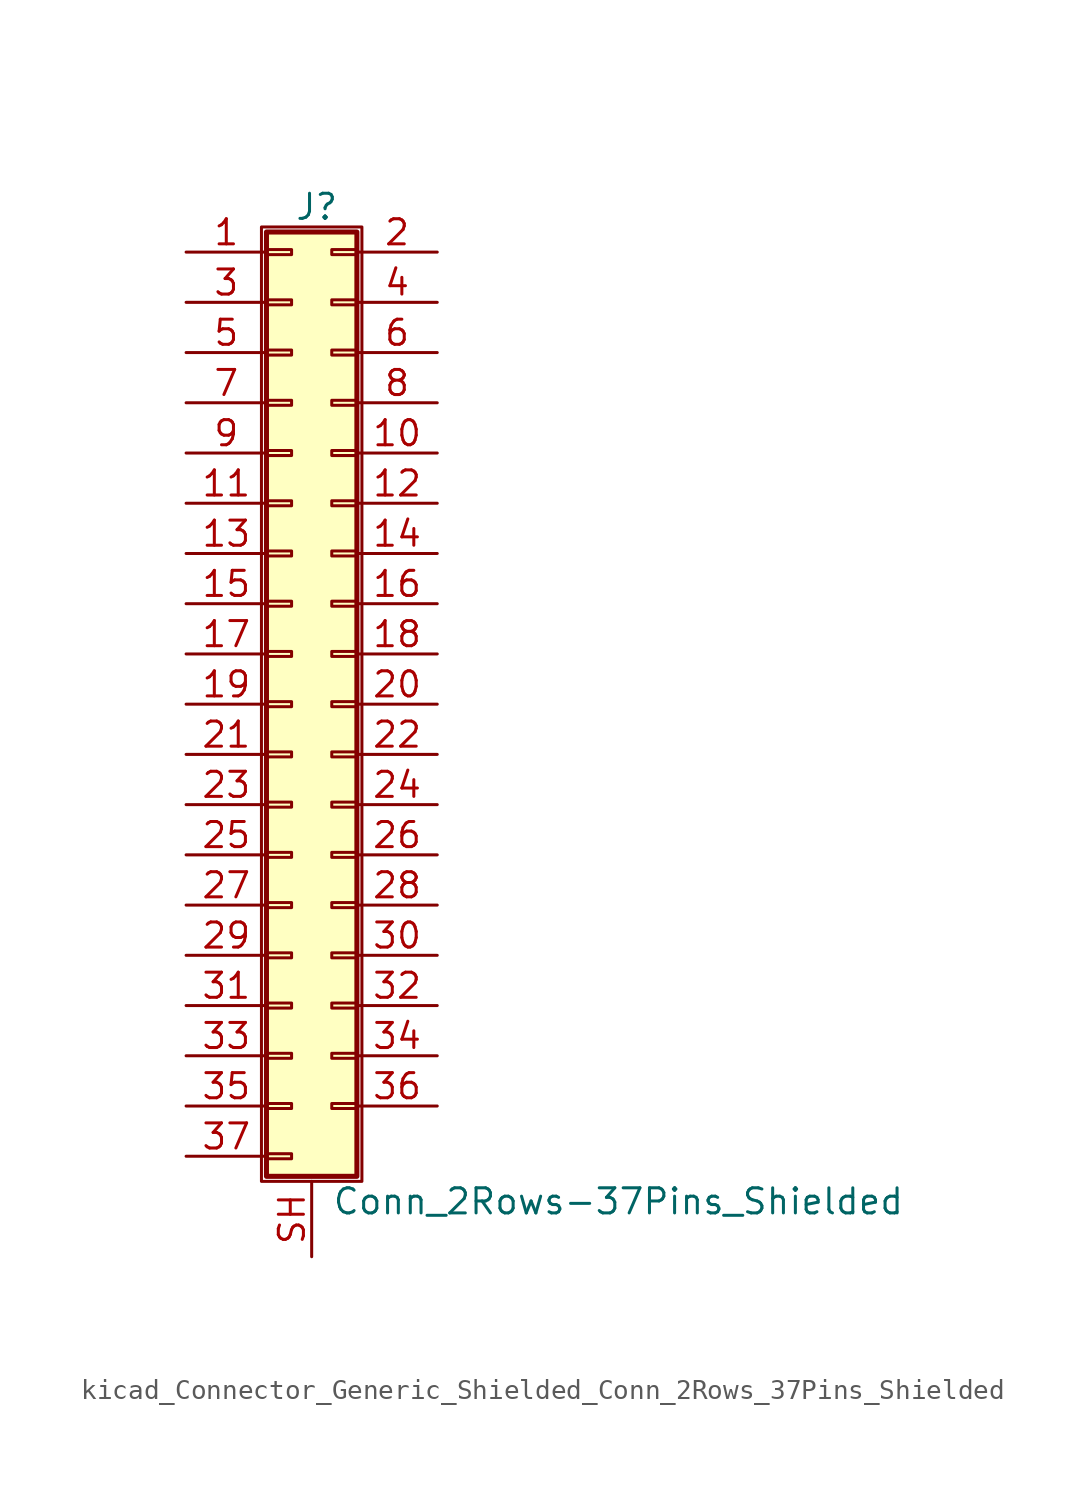
<source format=kicad_sym>
(kicad_symbol_lib
  (version 20220914)
  (generator kicad_symbol_editor)
  (symbol "kicad_Connector_Generic_Shielded_Conn_2Rows_37Pins_Shielded"
    (pin_names
      (offset 1.016) hide)
    (property "Reference" "J"
      (at 1.524 25.146 0)
      (effects (font (size 1.27 1.27))))
    (property "Value" "Conn_2Rows-37Pins_Shielded"
      (at 2.286 -25.146 0)
      (effects (font (size 1.27 1.27)) (justify left)))
    (symbol "kicad_Connector_Generic_Shielded_Conn_2Rows_37Pins_Shielded_1_1"
      (rectangle (start -1.27 24.13) (end 3.81 -24.13) (stroke (width 0.152) (type default)) (fill (type none)))
      (rectangle (start -1.016 -22.733) (end 0.254 -22.987) (stroke (width 0.152) (type default)) (fill (type none)))
      (rectangle (start -1.016 -20.193) (end 0.254 -20.447) (stroke (width 0.152) (type default)) (fill (type none)))
      (rectangle (start -1.016 -17.653) (end 0.254 -17.907) (stroke (width 0.152) (type default)) (fill (type none)))
      (rectangle (start -1.016 -15.113) (end 0.254 -15.367) (stroke (width 0.152) (type default)) (fill (type none)))
      (rectangle (start -1.016 -12.573) (end 0.254 -12.827) (stroke (width 0.152) (type default)) (fill (type none)))
      (rectangle (start -1.016 -10.033) (end 0.254 -10.287) (stroke (width 0.152) (type default)) (fill (type none)))
      (rectangle (start -1.016 -7.493) (end 0.254 -7.747) (stroke (width 0.152) (type default)) (fill (type none)))
      (rectangle (start -1.016 -4.953) (end 0.254 -5.207) (stroke (width 0.152) (type default)) (fill (type none)))
      (rectangle (start -1.016 -2.413) (end 0.254 -2.667) (stroke (width 0.152) (type default)) (fill (type none)))
      (rectangle (start -1.016 0.127) (end 0.254 -0.127) (stroke (width 0.152) (type default)) (fill (type none)))
      (rectangle (start -1.016 2.667) (end 0.254 2.413) (stroke (width 0.152) (type default)) (fill (type none)))
      (rectangle (start -1.016 5.207) (end 0.254 4.953) (stroke (width 0.152) (type default)) (fill (type none)))
      (rectangle (start -1.016 7.747) (end 0.254 7.493) (stroke (width 0.152) (type default)) (fill (type none)))
      (rectangle (start -1.016 10.287) (end 0.254 10.033) (stroke (width 0.152) (type default)) (fill (type none)))
      (rectangle (start -1.016 12.827) (end 0.254 12.573) (stroke (width 0.152) (type default)) (fill (type none)))
      (rectangle (start -1.016 15.367) (end 0.254 15.113) (stroke (width 0.152) (type default)) (fill (type none)))
      (rectangle (start -1.016 17.907) (end 0.254 17.653) (stroke (width 0.152) (type default)) (fill (type none)))
      (rectangle (start -1.016 20.447) (end 0.254 20.193) (stroke (width 0.152) (type default)) (fill (type none)))
      (rectangle (start -1.016 22.987) (end 0.254 22.733) (stroke (width 0.152) (type default)) (fill (type none)))
      (rectangle (start -1.016 23.876) (end 3.556 -23.876) (stroke (width 0.254) (type default)) (fill (type background)))
      (rectangle (start 3.556 -20.193) (end 2.286 -20.447) (stroke (width 0.152) (type default)) (fill (type none)))
      (rectangle (start 3.556 -17.653) (end 2.286 -17.907) (stroke (width 0.152) (type default)) (fill (type none)))
      (rectangle (start 3.556 -15.113) (end 2.286 -15.367) (stroke (width 0.152) (type default)) (fill (type none)))
      (rectangle (start 3.556 -12.573) (end 2.286 -12.827) (stroke (width 0.152) (type default)) (fill (type none)))
      (rectangle (start 3.556 -10.033) (end 2.286 -10.287) (stroke (width 0.152) (type default)) (fill (type none)))
      (rectangle (start 3.556 -7.493) (end 2.286 -7.747) (stroke (width 0.152) (type default)) (fill (type none)))
      (rectangle (start 3.556 -4.953) (end 2.286 -5.207) (stroke (width 0.152) (type default)) (fill (type none)))
      (rectangle (start 3.556 -2.413) (end 2.286 -2.667) (stroke (width 0.152) (type default)) (fill (type none)))
      (rectangle (start 3.556 0.127) (end 2.286 -0.127) (stroke (width 0.152) (type default)) (fill (type none)))
      (rectangle (start 3.556 2.667) (end 2.286 2.413) (stroke (width 0.152) (type default)) (fill (type none)))
      (rectangle (start 3.556 5.207) (end 2.286 4.953) (stroke (width 0.152) (type default)) (fill (type none)))
      (rectangle (start 3.556 7.747) (end 2.286 7.493) (stroke (width 0.152) (type default)) (fill (type none)))
      (rectangle (start 3.556 10.287) (end 2.286 10.033) (stroke (width 0.152) (type default)) (fill (type none)))
      (rectangle (start 3.556 12.827) (end 2.286 12.573) (stroke (width 0.152) (type default)) (fill (type none)))
      (rectangle (start 3.556 15.367) (end 2.286 15.113) (stroke (width 0.152) (type default)) (fill (type none)))
      (rectangle (start 3.556 17.907) (end 2.286 17.653) (stroke (width 0.152) (type default)) (fill (type none)))
      (rectangle (start 3.556 20.447) (end 2.286 20.193) (stroke (width 0.152) (type default)) (fill (type none)))
      (rectangle (start 3.556 22.987) (end 2.286 22.733) (stroke (width 0.152) (type default)) (fill (type none)))
      (pin passive line (at -5.08 22.86 0) (length 4.064) (name "Pin_1" (effects (font (size 1.27 1.27)))) (number "1" (effects (font (size 1.27 1.27)))))
      (pin passive line (at 7.62 12.7 180) (length 4.064) (name "Pin_10" (effects (font (size 1.27 1.27)))) (number "10" (effects (font (size 1.27 1.27)))))
      (pin passive line (at -5.08 10.16 0) (length 4.064) (name "Pin_11" (effects (font (size 1.27 1.27)))) (number "11" (effects (font (size 1.27 1.27)))))
      (pin passive line (at 7.62 10.16 180) (length 4.064) (name "Pin_12" (effects (font (size 1.27 1.27)))) (number "12" (effects (font (size 1.27 1.27)))))
      (pin passive line (at -5.08 7.62 0) (length 4.064) (name "Pin_13" (effects (font (size 1.27 1.27)))) (number "13" (effects (font (size 1.27 1.27)))))
      (pin passive line (at 7.62 7.62 180) (length 4.064) (name "Pin_14" (effects (font (size 1.27 1.27)))) (number "14" (effects (font (size 1.27 1.27)))))
      (pin passive line (at -5.08 5.08 0) (length 4.064) (name "Pin_15" (effects (font (size 1.27 1.27)))) (number "15" (effects (font (size 1.27 1.27)))))
      (pin passive line (at 7.62 5.08 180) (length 4.064) (name "Pin_16" (effects (font (size 1.27 1.27)))) (number "16" (effects (font (size 1.27 1.27)))))
      (pin passive line (at -5.08 2.54 0) (length 4.064) (name "Pin_17" (effects (font (size 1.27 1.27)))) (number "17" (effects (font (size 1.27 1.27)))))
      (pin passive line (at 7.62 2.54 180) (length 4.064) (name "Pin_18" (effects (font (size 1.27 1.27)))) (number "18" (effects (font (size 1.27 1.27)))))
      (pin passive line (at -5.08 0 0) (length 4.064) (name "Pin_19" (effects (font (size 1.27 1.27)))) (number "19" (effects (font (size 1.27 1.27)))))
      (pin passive line (at 7.62 22.86 180) (length 4.064) (name "Pin_2" (effects (font (size 1.27 1.27)))) (number "2" (effects (font (size 1.27 1.27)))))
      (pin passive line (at 7.62 0 180) (length 4.064) (name "Pin_20" (effects (font (size 1.27 1.27)))) (number "20" (effects (font (size 1.27 1.27)))))
      (pin passive line (at -5.08 -2.54 0) (length 4.064) (name "Pin_21" (effects (font (size 1.27 1.27)))) (number "21" (effects (font (size 1.27 1.27)))))
      (pin passive line (at 7.62 -2.54 180) (length 4.064) (name "Pin_22" (effects (font (size 1.27 1.27)))) (number "22" (effects (font (size 1.27 1.27)))))
      (pin passive line (at -5.08 -5.08 0) (length 4.064) (name "Pin_23" (effects (font (size 1.27 1.27)))) (number "23" (effects (font (size 1.27 1.27)))))
      (pin passive line (at 7.62 -5.08 180) (length 4.064) (name "Pin_24" (effects (font (size 1.27 1.27)))) (number "24" (effects (font (size 1.27 1.27)))))
      (pin passive line (at -5.08 -7.62 0) (length 4.064) (name "Pin_25" (effects (font (size 1.27 1.27)))) (number "25" (effects (font (size 1.27 1.27)))))
      (pin passive line (at 7.62 -7.62 180) (length 4.064) (name "Pin_26" (effects (font (size 1.27 1.27)))) (number "26" (effects (font (size 1.27 1.27)))))
      (pin passive line (at -5.08 -10.16 0) (length 4.064) (name "Pin_27" (effects (font (size 1.27 1.27)))) (number "27" (effects (font (size 1.27 1.27)))))
      (pin passive line (at 7.62 -10.16 180) (length 4.064) (name "Pin_28" (effects (font (size 1.27 1.27)))) (number "28" (effects (font (size 1.27 1.27)))))
      (pin passive line (at -5.08 -12.7 0) (length 4.064) (name "Pin_29" (effects (font (size 1.27 1.27)))) (number "29" (effects (font (size 1.27 1.27)))))
      (pin passive line (at -5.08 20.32 0) (length 4.064) (name "Pin_3" (effects (font (size 1.27 1.27)))) (number "3" (effects (font (size 1.27 1.27)))))
      (pin passive line (at 7.62 -12.7 180) (length 4.064) (name "Pin_30" (effects (font (size 1.27 1.27)))) (number "30" (effects (font (size 1.27 1.27)))))
      (pin passive line (at -5.08 -15.24 0) (length 4.064) (name "Pin_31" (effects (font (size 1.27 1.27)))) (number "31" (effects (font (size 1.27 1.27)))))
      (pin passive line (at 7.62 -15.24 180) (length 4.064) (name "Pin_32" (effects (font (size 1.27 1.27)))) (number "32" (effects (font (size 1.27 1.27)))))
      (pin passive line (at -5.08 -17.78 0) (length 4.064) (name "Pin_33" (effects (font (size 1.27 1.27)))) (number "33" (effects (font (size 1.27 1.27)))))
      (pin passive line (at 7.62 -17.78 180) (length 4.064) (name "Pin_34" (effects (font (size 1.27 1.27)))) (number "34" (effects (font (size 1.27 1.27)))))
      (pin passive line (at -5.08 -20.32 0) (length 4.064) (name "Pin_35" (effects (font (size 1.27 1.27)))) (number "35" (effects (font (size 1.27 1.27)))))
      (pin passive line (at 7.62 -20.32 180) (length 4.064) (name "Pin_36" (effects (font (size 1.27 1.27)))) (number "36" (effects (font (size 1.27 1.27)))))
      (pin passive line (at -5.08 -22.86 0) (length 4.064) (name "Pin_37" (effects (font (size 1.27 1.27)))) (number "37" (effects (font (size 1.27 1.27)))))
      (pin passive line (at 7.62 20.32 180) (length 4.064) (name "Pin_4" (effects (font (size 1.27 1.27)))) (number "4" (effects (font (size 1.27 1.27)))))
      (pin passive line (at -5.08 17.78 0) (length 4.064) (name "Pin_5" (effects (font (size 1.27 1.27)))) (number "5" (effects (font (size 1.27 1.27)))))
      (pin passive line (at 7.62 17.78 180) (length 4.064) (name "Pin_6" (effects (font (size 1.27 1.27)))) (number "6" (effects (font (size 1.27 1.27)))))
      (pin passive line (at -5.08 15.24 0) (length 4.064) (name "Pin_7" (effects (font (size 1.27 1.27)))) (number "7" (effects (font (size 1.27 1.27)))))
      (pin passive line (at 7.62 15.24 180) (length 4.064) (name "Pin_8" (effects (font (size 1.27 1.27)))) (number "8" (effects (font (size 1.27 1.27)))))
      (pin passive line (at -5.08 12.7 0) (length 4.064) (name "Pin_9" (effects (font (size 1.27 1.27)))) (number "9" (effects (font (size 1.27 1.27)))))
      (pin passive line (at 1.27 -27.94 90) (length 3.81) (name "Shield" (effects (font (size 1.27 1.27)))) (number "SH" (effects (font (size 1.27 1.27))))))))
</source>
